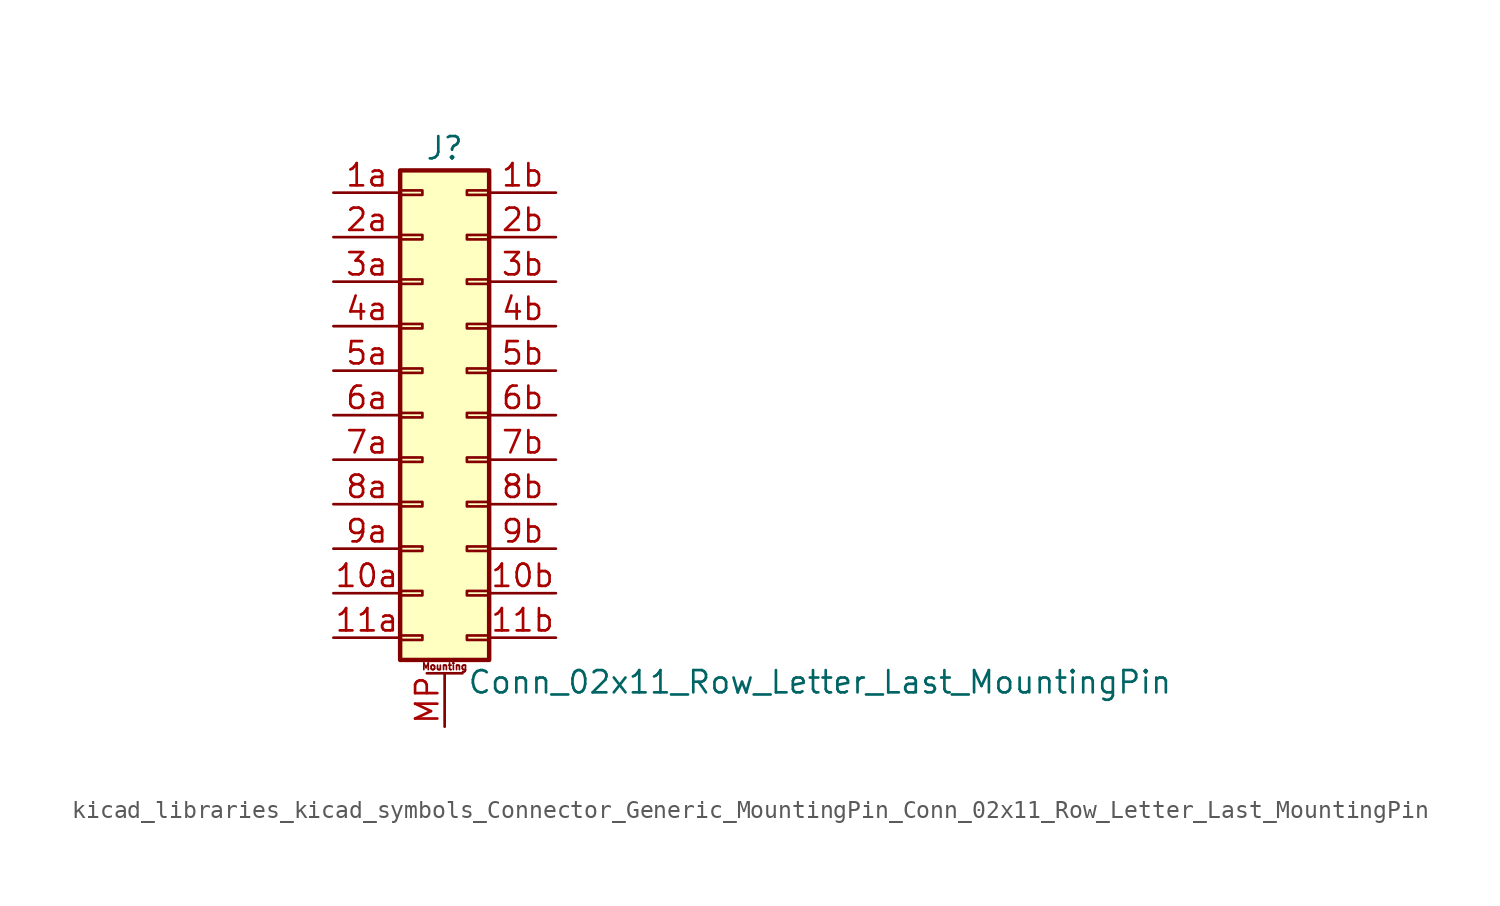
<source format=kicad_sym>
(kicad_symbol_lib
  (version 20220914)
  (generator kicad_symbol_editor)
  (symbol "kicad_libraries_kicad_symbols_Connector_Generic_MountingPin_Conn_02x11_Row_Letter_Last_MountingPin"
    (pin_names
      (offset 1.016) hide)
    (property "Reference" "J"
      (at 1.27 15.24 0)
      (effects (font (size 1.27 1.27))))
    (property "Value" "Conn_02x11_Row_Letter_Last_MountingPin"
      (at 2.54 -15.24 0)
      (effects (font (size 1.27 1.27)) (justify left)))
    (symbol "kicad_libraries_kicad_symbols_Connector_Generic_MountingPin_Conn_02x11_Row_Letter_Last_MountingPin_1_1"
      (rectangle (start -1.27 -12.573) (end 0 -12.827) (stroke (width 0.152) (type default)) (fill (type none)))
      (rectangle (start -1.27 -10.033) (end 0 -10.287) (stroke (width 0.152) (type default)) (fill (type none)))
      (rectangle (start -1.27 -7.493) (end 0 -7.747) (stroke (width 0.152) (type default)) (fill (type none)))
      (rectangle (start -1.27 -4.953) (end 0 -5.207) (stroke (width 0.152) (type default)) (fill (type none)))
      (rectangle (start -1.27 -2.413) (end 0 -2.667) (stroke (width 0.152) (type default)) (fill (type none)))
      (rectangle (start -1.27 0.127) (end 0 -0.127) (stroke (width 0.152) (type default)) (fill (type none)))
      (rectangle (start -1.27 2.667) (end 0 2.413) (stroke (width 0.152) (type default)) (fill (type none)))
      (rectangle (start -1.27 5.207) (end 0 4.953) (stroke (width 0.152) (type default)) (fill (type none)))
      (rectangle (start -1.27 7.747) (end 0 7.493) (stroke (width 0.152) (type default)) (fill (type none)))
      (rectangle (start -1.27 10.287) (end 0 10.033) (stroke (width 0.152) (type default)) (fill (type none)))
      (rectangle (start -1.27 12.827) (end 0 12.573) (stroke (width 0.152) (type default)) (fill (type none)))
      (rectangle (start -1.27 13.97) (end 3.81 -13.97) (stroke (width 0.254) (type default)) (fill (type background)))
      (polyline (pts (xy 0.254 -14.732) (xy 2.286 -14.732)) (stroke (width 0.152) (type default)) (fill (type none)))
      (rectangle (start 3.81 -12.573) (end 2.54 -12.827) (stroke (width 0.152) (type default)) (fill (type none)))
      (rectangle (start 3.81 -10.033) (end 2.54 -10.287) (stroke (width 0.152) (type default)) (fill (type none)))
      (rectangle (start 3.81 -7.493) (end 2.54 -7.747) (stroke (width 0.152) (type default)) (fill (type none)))
      (rectangle (start 3.81 -4.953) (end 2.54 -5.207) (stroke (width 0.152) (type default)) (fill (type none)))
      (rectangle (start 3.81 -2.413) (end 2.54 -2.667) (stroke (width 0.152) (type default)) (fill (type none)))
      (rectangle (start 3.81 0.127) (end 2.54 -0.127) (stroke (width 0.152) (type default)) (fill (type none)))
      (rectangle (start 3.81 2.667) (end 2.54 2.413) (stroke (width 0.152) (type default)) (fill (type none)))
      (rectangle (start 3.81 5.207) (end 2.54 4.953) (stroke (width 0.152) (type default)) (fill (type none)))
      (rectangle (start 3.81 7.747) (end 2.54 7.493) (stroke (width 0.152) (type default)) (fill (type none)))
      (rectangle (start 3.81 10.287) (end 2.54 10.033) (stroke (width 0.152) (type default)) (fill (type none)))
      (rectangle (start 3.81 12.827) (end 2.54 12.573) (stroke (width 0.152) (type default)) (fill (type none)))
      (text "Mounting" (at 1.27 -14.351 0) (effects (font (size 0.381 0.381))))
      (pin passive line (at -5.08 -10.16 0) (length 3.81) (name "Pin_10a" (effects (font (size 1.27 1.27)))) (number "10a" (effects (font (size 1.27 1.27)))))
      (pin passive line (at 7.62 -10.16 180) (length 3.81) (name "Pin_10b" (effects (font (size 1.27 1.27)))) (number "10b" (effects (font (size 1.27 1.27)))))
      (pin passive line (at -5.08 -12.7 0) (length 3.81) (name "Pin_11a" (effects (font (size 1.27 1.27)))) (number "11a" (effects (font (size 1.27 1.27)))))
      (pin passive line (at 7.62 -12.7 180) (length 3.81) (name "Pin_11b" (effects (font (size 1.27 1.27)))) (number "11b" (effects (font (size 1.27 1.27)))))
      (pin passive line (at -5.08 12.7 0) (length 3.81) (name "Pin_1a" (effects (font (size 1.27 1.27)))) (number "1a" (effects (font (size 1.27 1.27)))))
      (pin passive line (at 7.62 12.7 180) (length 3.81) (name "Pin_1b" (effects (font (size 1.27 1.27)))) (number "1b" (effects (font (size 1.27 1.27)))))
      (pin passive line (at -5.08 10.16 0) (length 3.81) (name "Pin_2a" (effects (font (size 1.27 1.27)))) (number "2a" (effects (font (size 1.27 1.27)))))
      (pin passive line (at 7.62 10.16 180) (length 3.81) (name "Pin_2b" (effects (font (size 1.27 1.27)))) (number "2b" (effects (font (size 1.27 1.27)))))
      (pin passive line (at -5.08 7.62 0) (length 3.81) (name "Pin_3a" (effects (font (size 1.27 1.27)))) (number "3a" (effects (font (size 1.27 1.27)))))
      (pin passive line (at 7.62 7.62 180) (length 3.81) (name "Pin_3b" (effects (font (size 1.27 1.27)))) (number "3b" (effects (font (size 1.27 1.27)))))
      (pin passive line (at -5.08 5.08 0) (length 3.81) (name "Pin_4a" (effects (font (size 1.27 1.27)))) (number "4a" (effects (font (size 1.27 1.27)))))
      (pin passive line (at 7.62 5.08 180) (length 3.81) (name "Pin_4b" (effects (font (size 1.27 1.27)))) (number "4b" (effects (font (size 1.27 1.27)))))
      (pin passive line (at -5.08 2.54 0) (length 3.81) (name "Pin_5a" (effects (font (size 1.27 1.27)))) (number "5a" (effects (font (size 1.27 1.27)))))
      (pin passive line (at 7.62 2.54 180) (length 3.81) (name "Pin_5b" (effects (font (size 1.27 1.27)))) (number "5b" (effects (font (size 1.27 1.27)))))
      (pin passive line (at -5.08 0 0) (length 3.81) (name "Pin_6a" (effects (font (size 1.27 1.27)))) (number "6a" (effects (font (size 1.27 1.27)))))
      (pin passive line (at 7.62 0 180) (length 3.81) (name "Pin_6b" (effects (font (size 1.27 1.27)))) (number "6b" (effects (font (size 1.27 1.27)))))
      (pin passive line (at -5.08 -2.54 0) (length 3.81) (name "Pin_7a" (effects (font (size 1.27 1.27)))) (number "7a" (effects (font (size 1.27 1.27)))))
      (pin passive line (at 7.62 -2.54 180) (length 3.81) (name "Pin_7b" (effects (font (size 1.27 1.27)))) (number "7b" (effects (font (size 1.27 1.27)))))
      (pin passive line (at -5.08 -5.08 0) (length 3.81) (name "Pin_8a" (effects (font (size 1.27 1.27)))) (number "8a" (effects (font (size 1.27 1.27)))))
      (pin passive line (at 7.62 -5.08 180) (length 3.81) (name "Pin_8b" (effects (font (size 1.27 1.27)))) (number "8b" (effects (font (size 1.27 1.27)))))
      (pin passive line (at -5.08 -7.62 0) (length 3.81) (name "Pin_9a" (effects (font (size 1.27 1.27)))) (number "9a" (effects (font (size 1.27 1.27)))))
      (pin passive line (at 7.62 -7.62 180) (length 3.81) (name "Pin_9b" (effects (font (size 1.27 1.27)))) (number "9b" (effects (font (size 1.27 1.27)))))
      (pin passive line (at 1.27 -17.78 90) (length 3.048) (name "MountPin" (effects (font (size 1.27 1.27)))) (number "MP" (effects (font (size 1.27 1.27))))))))
</source>
